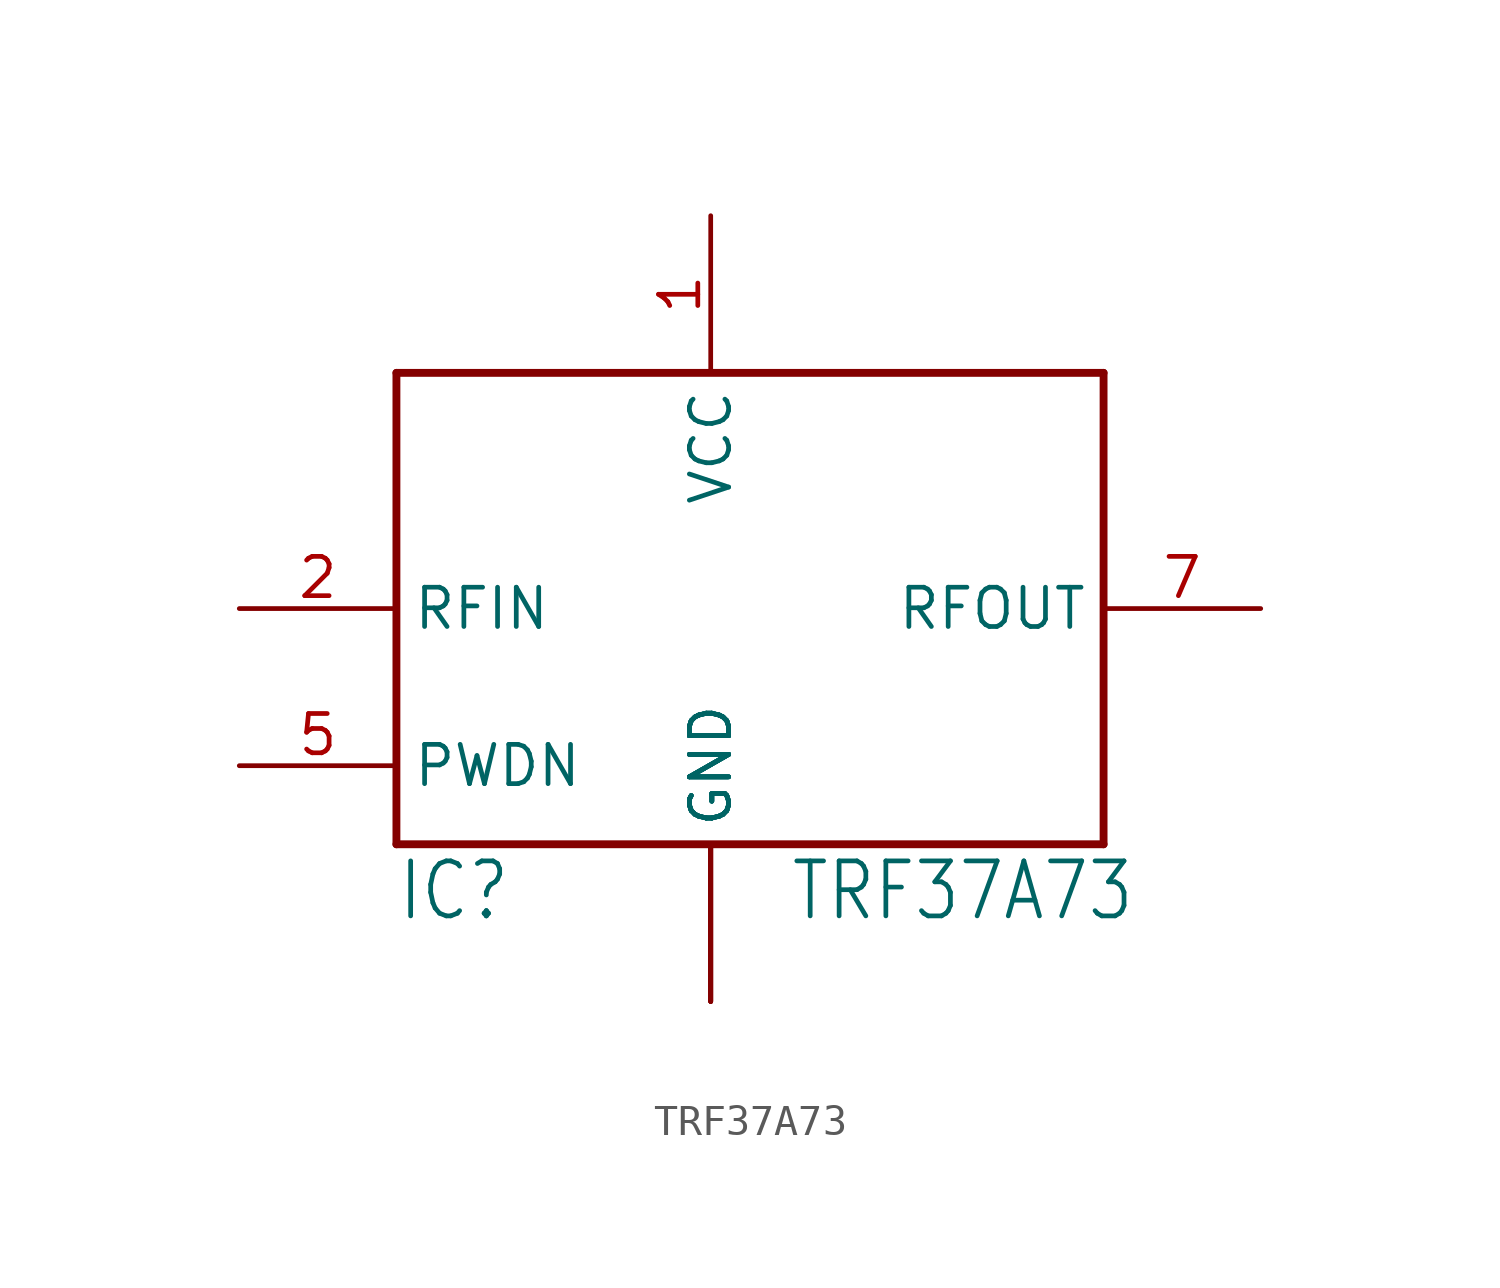
<source format=kicad_sym>
(kicad_symbol_lib
  (version 20201005)
  (generator kicad_symbol_editor)
  (symbol "TRF37A73"
    (property "Reference" "IC"
      (at -12.7 -10.16 0)
      (effects (font (size 1.778 1.511)) (justify left bottom)))
    (property "Value" "TRF37A73"
      (at 0 -10.16 0)
      (effects (font (size 1.778 1.511)) (justify left bottom)))
    (property "ki_locked" ""
      (at 0 0 0)
      (effects (font (size 1.27 1.27))))
    (symbol "TRF37A73_1_0"
      (polyline (pts (xy -12.7 -7.62) (xy 10.16 -7.62)) (stroke (width 0.254)) (fill (type none)))
      (polyline (pts (xy -12.7 7.62) (xy -12.7 -7.62)) (stroke (width 0.254)) (fill (type none)))
      (polyline (pts (xy 10.16 -7.62) (xy 10.16 7.62)) (stroke (width 0.254)) (fill (type none)))
      (polyline (pts (xy 10.16 7.62) (xy -12.7 7.62)) (stroke (width 0.254)) (fill (type none)))
      (pin bidirectional line (at -2.54 12.7 270) (length 5.08) (name "VCC" (effects (font (size 1.27 1.27)))) (number "1" (effects (font (size 1.27 1.27)))))
      (pin bidirectional line (at -17.78 0 0) (length 5.08) (name "RFIN" (effects (font (size 1.27 1.27)))) (number "2" (effects (font (size 1.27 1.27)))))
      (pin bidirectional line (at -2.54 -12.7 90) (length 5.08) (name "GND" (effects (font (size 1.27 1.27)))) (number "3" (effects (font (size 0 0)))))
      (pin bidirectional line (at -2.54 -12.7 90) (length 5.08) (name "GND" (effects (font (size 1.27 1.27)))) (number "4" (effects (font (size 0 0)))))
      (pin bidirectional line (at -17.78 -5.08 0) (length 5.08) (name "PWDN" (effects (font (size 1.27 1.27)))) (number "5" (effects (font (size 1.27 1.27)))))
      (pin bidirectional line (at -2.54 -12.7 90) (length 5.08) (name "GND" (effects (font (size 1.27 1.27)))) (number "6" (effects (font (size 0 0)))))
      (pin bidirectional line (at 15.24 0 180) (length 5.08) (name "RFOUT" (effects (font (size 1.27 1.27)))) (number "7" (effects (font (size 1.27 1.27)))))
      (pin bidirectional line (at -2.54 -12.7 90) (length 5.08) (name "GND" (effects (font (size 1.27 1.27)))) (number "8" (effects (font (size 0 0)))))
      (pin bidirectional line (at -2.54 -12.7 90) (length 5.08) (name "GND" (effects (font (size 1.27 1.27)))) (number "9" (effects (font (size 0 0))))))))
</source>
